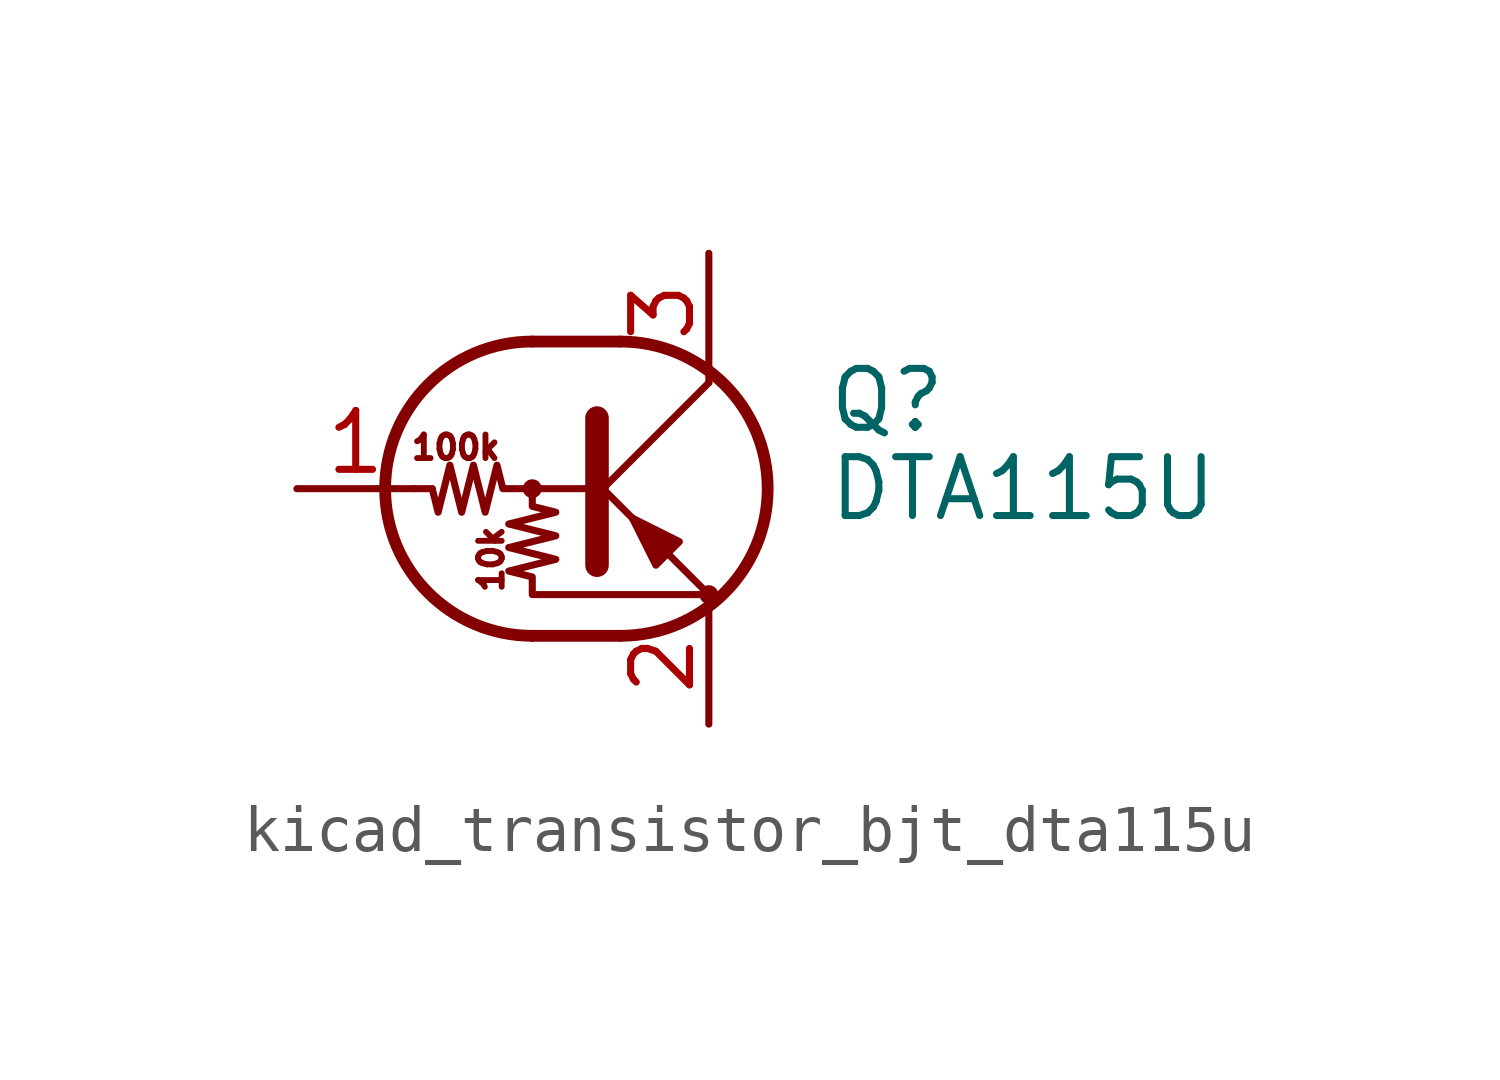
<source format=kicad_sym>
(kicad_symbol_lib
  (version 20220914)
  (generator kicad_symbol_editor)
  (symbol "kicad_transistor_bjt_dta115u"
    (pin_names
      (offset 0) hide)
    (property "Reference" "Q"
      (at 5.08 1.905 0)
      (effects (font (size 1.27 1.27)) (justify left)))
    (property "Value" "DTA115U"
      (at 5.08 0 0)
      (effects (font (size 1.27 1.27)) (justify left)))
    (symbol "kicad_transistor_bjt_dta115u_0_0"
      (text "100k" (at -2.921 0.889 0) (effects (font (size 0.508 0.508))))
      (text "10k" (at -2.159 -1.524 900) (effects (font (size 0.508 0.508)))))
    (symbol "kicad_transistor_bjt_dta115u_0_1"
      (circle (center -1.27 0) (radius 0.127) (stroke (width 0) (type default)) (fill (type none)))
      (arc (start -1.27 3.175) (mid -4.4312 0) (end -1.27 -3.175) (stroke (width 0.254) (type default)) (fill (type none)))
      (polyline (pts (xy -3.429 0) (xy -3.81 0)) (stroke (width 0) (type default)) (fill (type none)))
      (polyline (pts (xy -1.27 -3.175) (xy 0.635 -3.175)) (stroke (width 0.254) (type default)) (fill (type none)))
      (polyline (pts (xy -1.27 3.175) (xy 0.635 3.175)) (stroke (width 0.254) (type default)) (fill (type none)))
      (polyline (pts (xy 0 -0.254) (xy 2.54 2.286)) (stroke (width 0) (type default)) (fill (type none)))
      (polyline (pts (xy 0.127 1.524) (xy 0.127 -1.651)) (stroke (width 0.508) (type default)) (fill (type outline)))
      (polyline (pts (xy 2.54 2.286) (xy 2.54 2.54)) (stroke (width 0) (type default)) (fill (type none)))
      (polyline (pts (xy 2.54 -2.286) (xy 0 0.254) (xy 0 0.254)) (stroke (width 0) (type default)) (fill (type none)))
      (polyline (pts (xy 1.397 -1.651) (xy 1.905 -1.143) (xy 0.889 -0.635) (xy 1.397 -1.651)) (stroke (width 0) (type default)) (fill (type outline)))
      (polyline (pts (xy 0 0) (xy -1.905 0) (xy -2.032 0.508) (xy -2.286 -0.508) (xy -2.54 0.508) (xy -2.794 -0.508) (xy -3.048 0.508) (xy -3.302 -0.508) (xy -3.429 0)) (stroke (width 0) (type default)) (fill (type none)))
      (polyline (pts (xy -1.27 0) (xy -1.27 -0.381) (xy -0.762 -0.508) (xy -1.778 -0.762) (xy -0.762 -1.016) (xy -1.778 -1.27) (xy -0.762 -1.524) (xy -1.778 -1.778) (xy -1.27 -1.905) (xy -1.27 -2.286) (xy 2.54 -2.286)) (stroke (width 0) (type default)) (fill (type none)))
      (arc (start 0.635 -3.175) (mid 3.7962 0) (end 0.635 3.175) (stroke (width 0.254) (type default)) (fill (type none)))
      (circle (center 2.54 -2.286) (radius 0.127) (stroke (width 0) (type default)) (fill (type none))))
    (symbol "kicad_transistor_bjt_dta115u_1_1"
      (pin input line (at -6.35 0 0) (length 2.54) (name "B" (effects (font (size 1.27 1.27)))) (number "1" (effects (font (size 1.27 1.27)))))
      (pin passive line (at 2.54 -5.08 90) (length 2.54) (name "E" (effects (font (size 1.27 1.27)))) (number "2" (effects (font (size 1.27 1.27)))))
      (pin passive line (at 2.54 5.08 270) (length 2.54) (name "C" (effects (font (size 1.27 1.27)))) (number "3" (effects (font (size 1.27 1.27))))))))
</source>
